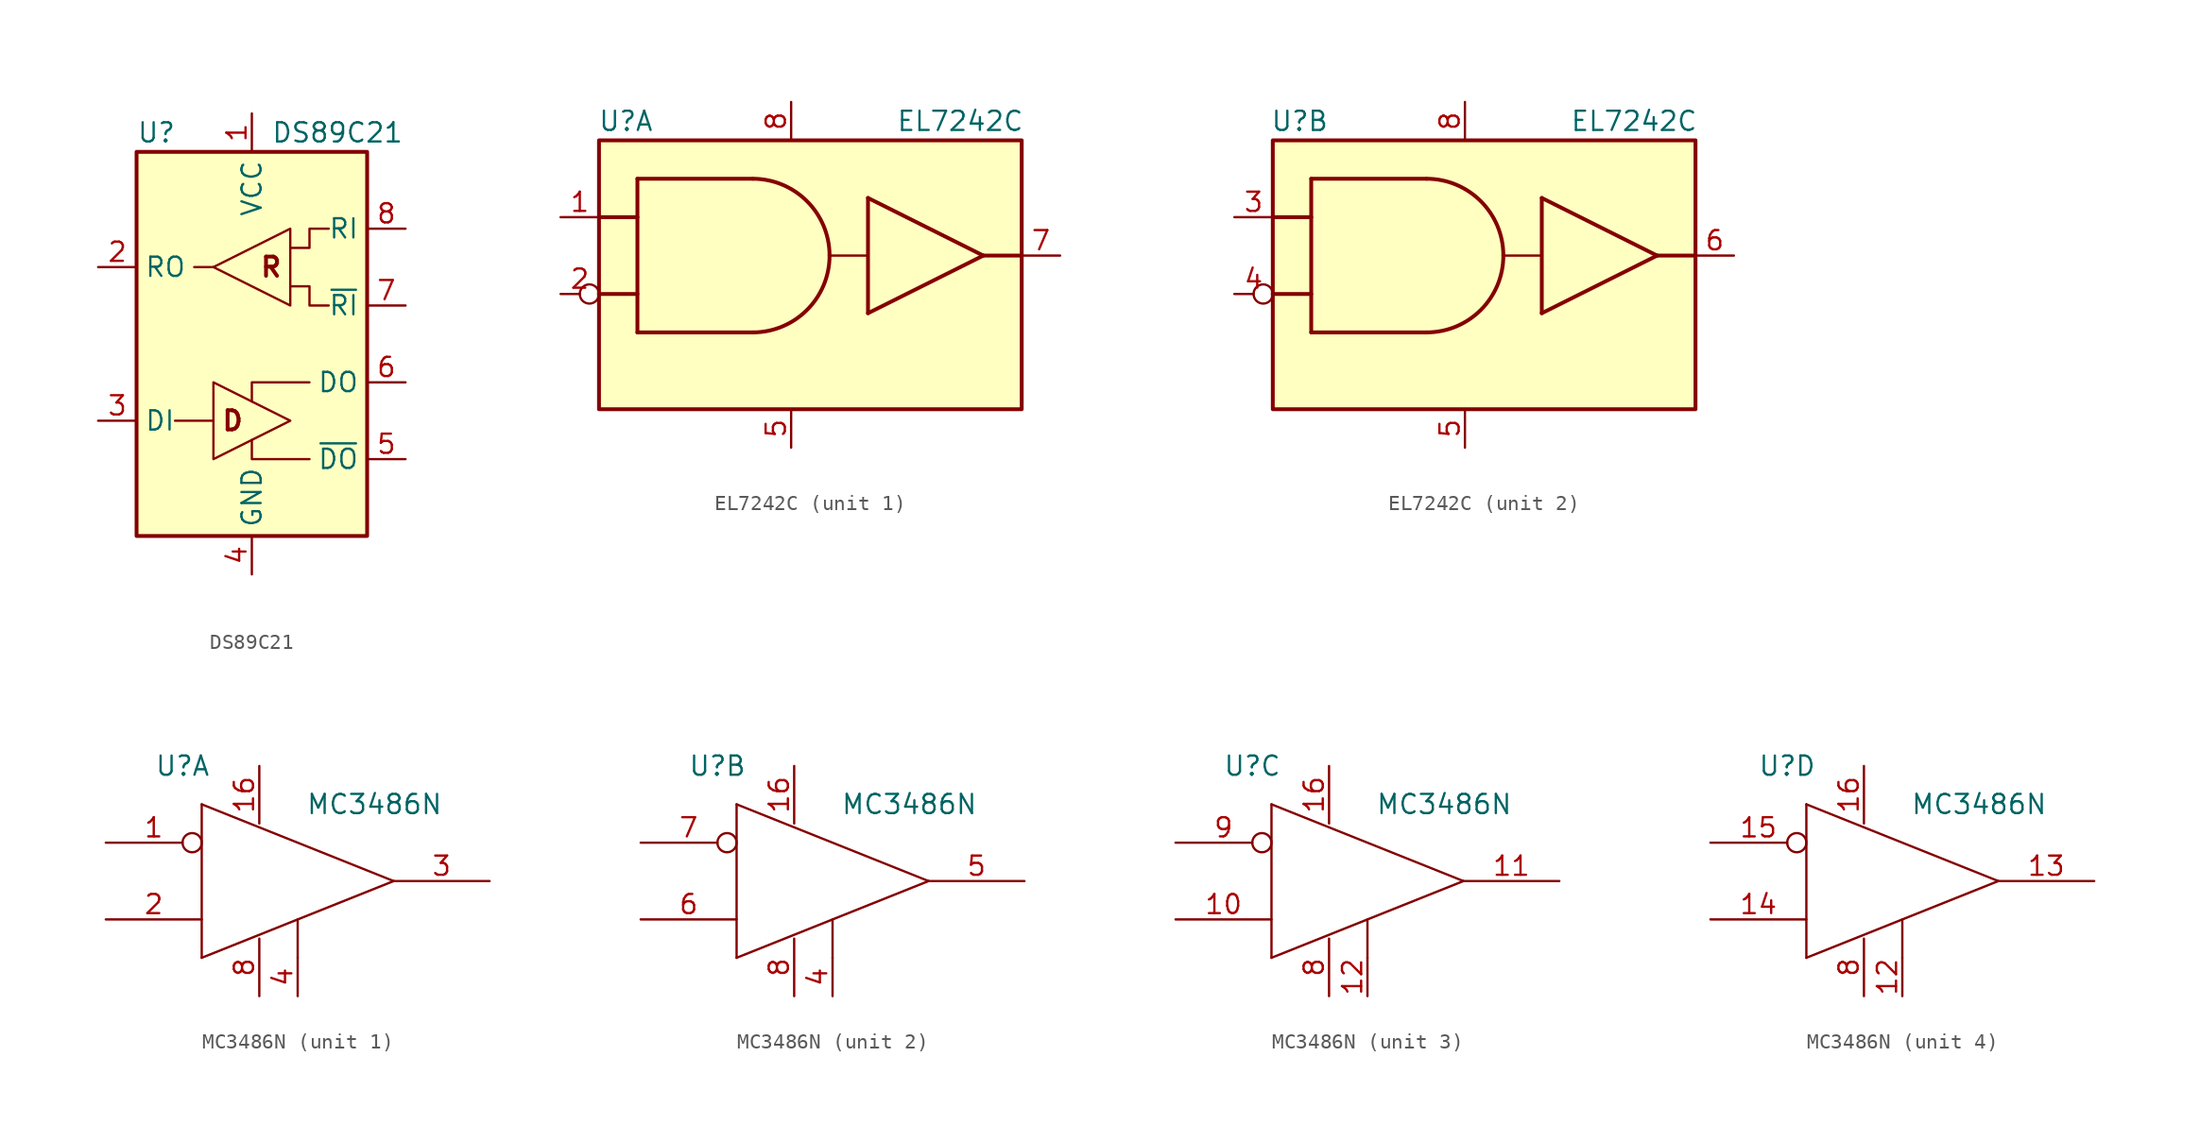
<source format=kicad_sym>
(kicad_symbol_lib
  (version 20211014)
  (generator kicad_symbol_editor)
  (symbol "DS89C21"
    (property "Reference" "U"
      (at -7.62 13.97 0)
      (effects (font (size 1.27 1.27)) (justify left)))
    (property "Value" "DS89C21"
      (at 1.27 13.97 0)
      (effects (font (size 1.27 1.27)) (justify left)))
    (symbol "DS89C21_0_0"
      (text "D" (at -1.27 -5.08 0) (effects (font (size 1.27 1.27) bold)))
      (text "R" (at 1.27 5.08 0) (effects (font (size 1.27 1.27) bold))))
    (symbol "DS89C21_0_1"
      (rectangle (start -7.62 12.7) (end 7.62 -12.7) (stroke (width 0.254) (type default) (color 0 0 0 0)) (fill (type background)))
      (polyline (pts (xy -5.08 -5.08) (xy -2.54 -5.08)) (stroke (width 0) (type default) (color 0 0 0 0)) (fill (type none)))
      (polyline (pts (xy -2.54 5.08) (xy -3.81 5.08)) (stroke (width 0) (type default) (color 0 0 0 0)) (fill (type none)))
      (polyline (pts (xy 3.81 -7.62) (xy 0 -7.62) (xy 0 -6.35)) (stroke (width 0) (type default) (color 0 0 0 0)) (fill (type none)))
      (polyline (pts (xy 3.81 -2.54) (xy 0 -2.54) (xy 0 -3.81)) (stroke (width 0) (type default) (color 0 0 0 0)) (fill (type none)))
      (polyline (pts (xy -2.54 -2.54) (xy -2.54 -7.62) (xy 2.54 -5.08) (xy -2.54 -2.54)) (stroke (width 0) (type default) (color 0 0 0 0)) (fill (type none)))
      (polyline (pts (xy 2.54 3.81) (xy 3.81 3.81) (xy 3.81 2.54) (xy 5.08 2.54)) (stroke (width 0) (type default) (color 0 0 0 0)) (fill (type none)))
      (polyline (pts (xy 2.54 6.35) (xy 3.81 6.35) (xy 3.81 7.62) (xy 5.08 7.62)) (stroke (width 0) (type default) (color 0 0 0 0)) (fill (type none)))
      (polyline (pts (xy 2.54 7.62) (xy 2.54 2.54) (xy -2.54 5.08) (xy 2.54 7.62)) (stroke (width 0) (type default) (color 0 0 0 0)) (fill (type none))))
    (symbol "DS89C21_1_1"
      (pin power_in line (at 0 15.24 270) (length 2.54) (name "VCC" (effects (font (size 1.27 1.27)))) (number "1" (effects (font (size 1.27 1.27)))))
      (pin output line (at -10.16 5.08 0) (length 2.54) (name "RO" (effects (font (size 1.27 1.27)))) (number "2" (effects (font (size 1.27 1.27)))))
      (pin input line (at -10.16 -5.08 0) (length 2.54) (name "DI" (effects (font (size 1.27 1.27)))) (number "3" (effects (font (size 1.27 1.27)))))
      (pin power_in line (at 0 -15.24 90) (length 2.54) (name "GND" (effects (font (size 1.27 1.27)))) (number "4" (effects (font (size 1.27 1.27)))))
      (pin output line (at 10.16 -7.62 180) (length 2.54) (name "~{DO}" (effects (font (size 1.27 1.27)))) (number "5" (effects (font (size 1.27 1.27)))))
      (pin output line (at 10.16 -2.54 180) (length 2.54) (name "DO" (effects (font (size 1.27 1.27)))) (number "6" (effects (font (size 1.27 1.27)))))
      (pin input line (at 10.16 2.54 180) (length 2.54) (name "~{RI}" (effects (font (size 1.27 1.27)))) (number "7" (effects (font (size 1.27 1.27)))))
      (pin input line (at 10.16 7.62 180) (length 2.54) (name "RI" (effects (font (size 1.27 1.27)))) (number "8" (effects (font (size 1.27 1.27)))))))
  (symbol "EL7242C"
    (pin_names
      (offset 0.762) hide)
    (property "Reference" "U"
      (at -10.922 8.89 0)
      (effects (font (size 1.27 1.27))))
    (property "Value" "EL7242C"
      (at 11.176 8.89 0)
      (effects (font (size 1.27 1.27))))
    (symbol "EL7242C_0_0"
      (pin power_in line (at 0 -12.7 90) (length 2.54) (name "GND" (effects (font (size 1.27 1.27)))) (number "5" (effects (font (size 1.27 1.27)))))
      (pin power_in line (at 0 10.16 270) (length 2.54) (name "V+" (effects (font (size 1.27 1.27)))) (number "8" (effects (font (size 1.27 1.27))))))
    (symbol "EL7242C_0_1"
      (rectangle (start -12.7 7.62) (end 15.24 -10.16) (stroke (width 0.254) (type default) (color 0 0 0 0)) (fill (type background)))
      (arc (start -2.54 -5.08) (mid 1.0521 -3.5921) (end 2.54 0) (stroke (width 0.254) (type default) (color 0 0 0 0)) (fill (type none)))
      (polyline (pts (xy -12.7 -2.54) (xy -10.16 -2.54)) (stroke (width 0.254) (type default) (color 0 0 0 0)) (fill (type none)))
      (polyline (pts (xy -12.7 2.54) (xy -10.16 2.54)) (stroke (width 0.254) (type default) (color 0 0 0 0)) (fill (type none)))
      (polyline (pts (xy -10.16 -5.08) (xy -2.54 -5.08)) (stroke (width 0.254) (type default) (color 0 0 0 0)) (fill (type none)))
      (polyline (pts (xy -10.16 5.08) (xy -10.16 -5.08)) (stroke (width 0.254) (type default) (color 0 0 0 0)) (fill (type none)))
      (polyline (pts (xy -2.54 5.08) (xy -10.16 5.08)) (stroke (width 0.254) (type default) (color 0 0 0 0)) (fill (type none)))
      (polyline (pts (xy 5.08 -3.81) (xy 12.7 0)) (stroke (width 0.254) (type default) (color 0 0 0 0)) (fill (type none)))
      (polyline (pts (xy 5.08 0) (xy 2.54 0)) (stroke (width 0) (type default) (color 0 0 0 0)) (fill (type none)))
      (polyline (pts (xy 5.08 3.81) (xy 5.08 -3.81)) (stroke (width 0.254) (type default) (color 0 0 0 0)) (fill (type none)))
      (polyline (pts (xy 12.7 0) (xy 5.08 3.81)) (stroke (width 0.254) (type default) (color 0 0 0 0)) (fill (type none)))
      (polyline (pts (xy 12.7 0) (xy 15.24 0)) (stroke (width 0.254) (type default) (color 0 0 0 0)) (fill (type none)))
      (arc (start 2.54 0) (mid 1.0521 3.5921) (end -2.54 5.08) (stroke (width 0.254) (type default) (color 0 0 0 0)) (fill (type none))))
    (symbol "EL7242C_1_1"
      (pin input line (at -15.24 2.54 0) (length 2.54) (name "IN1" (effects (font (size 1.27 1.27)))) (number "1" (effects (font (size 1.27 1.27)))))
      (pin input inverted (at -15.24 -2.54 0) (length 2.54) (name "IN" (effects (font (size 1.27 1.27)))) (number "2" (effects (font (size 1.27 1.27)))))
      (pin output line (at 17.78 0 180) (length 2.54) (name "OUT" (effects (font (size 1.27 1.27)))) (number "7" (effects (font (size 1.27 1.27))))))
    (symbol "EL7242C_2_1"
      (pin input line (at -15.24 2.54 0) (length 2.54) (name "IN1" (effects (font (size 1.27 1.27)))) (number "3" (effects (font (size 1.27 1.27)))))
      (pin input inverted (at -15.24 -2.54 0) (length 2.54) (name "IN" (effects (font (size 1.27 1.27)))) (number "4" (effects (font (size 1.27 1.27)))))
      (pin output line (at 17.78 0 180) (length 2.54) (name "OUT" (effects (font (size 1.27 1.27)))) (number "6" (effects (font (size 1.27 1.27)))))))
  (symbol "MC3486N"
    (pin_names
      (offset 1.016) hide)
    (property "Reference" "U"
      (at -7.62 7.62 0)
      (effects (font (size 1.27 1.27))))
    (property "Value" "MC3486N"
      (at 5.08 5.08 0)
      (effects (font (size 1.27 1.27))))
    (symbol "MC3486N_0_1"
      (polyline (pts (xy -6.35 -5.08) (xy 6.35 0)) (stroke (width 0) (type default) (color 0 0 0 0)) (fill (type none)))
      (polyline (pts (xy -6.35 5.08) (xy -6.35 -5.08)) (stroke (width 0) (type default) (color 0 0 0 0)) (fill (type none)))
      (polyline (pts (xy 0 -5.08) (xy 0 -2.54)) (stroke (width 0) (type default) (color 0 0 0 0)) (fill (type none)))
      (polyline (pts (xy 6.35 0) (xy -6.35 5.08)) (stroke (width 0) (type default) (color 0 0 0 0)) (fill (type none))))
    (symbol "MC3486N_1_1"
      (pin input inverted (at -12.7 2.54 0) (length 6.35) (name "E-" (effects (font (size 1.27 1.27)))) (number "1" (effects (font (size 1.27 1.27)))))
      (pin power_in line (at -2.54 7.62 270) (length 3.81) (name "VCC" (effects (font (size 1.27 1.27)))) (number "16" (effects (font (size 1.27 1.27)))))
      (pin input line (at -12.7 -2.54 0) (length 6.35) (name "E+" (effects (font (size 1.27 1.27)))) (number "2" (effects (font (size 1.27 1.27)))))
      (pin tri_state line (at 12.7 0 180) (length 6.35) (name "OUT" (effects (font (size 1.27 1.27)))) (number "3" (effects (font (size 1.27 1.27)))))
      (pin input line (at 0 -7.62 90) (length 2.54) (name "ENABLE" (effects (font (size 1.27 1.27)))) (number "4" (effects (font (size 1.27 1.27)))))
      (pin power_in line (at -2.54 -7.62 90) (length 3.81) (name "GND" (effects (font (size 1.27 1.27)))) (number "8" (effects (font (size 1.27 1.27))))))
    (symbol "MC3486N_2_1"
      (pin power_in line (at -2.54 7.62 270) (length 3.81) (name "VCC" (effects (font (size 1.27 1.27)))) (number "16" (effects (font (size 1.27 1.27)))))
      (pin input line (at 0 -7.62 90) (length 2.54) (name "ENABLE" (effects (font (size 1.27 1.27)))) (number "4" (effects (font (size 1.27 1.27)))))
      (pin tri_state line (at 12.7 0 180) (length 6.35) (name "OUT" (effects (font (size 1.27 1.27)))) (number "5" (effects (font (size 1.27 1.27)))))
      (pin input line (at -12.7 -2.54 0) (length 6.35) (name "E+" (effects (font (size 1.27 1.27)))) (number "6" (effects (font (size 1.27 1.27)))))
      (pin input inverted (at -12.7 2.54 0) (length 6.35) (name "E-" (effects (font (size 1.27 1.27)))) (number "7" (effects (font (size 1.27 1.27)))))
      (pin power_in line (at -2.54 -7.62 90) (length 3.81) (name "GND" (effects (font (size 1.27 1.27)))) (number "8" (effects (font (size 1.27 1.27))))))
    (symbol "MC3486N_3_1"
      (pin input line (at -12.7 -2.54 0) (length 6.35) (name "E+" (effects (font (size 1.27 1.27)))) (number "10" (effects (font (size 1.27 1.27)))))
      (pin tri_state line (at 12.7 0 180) (length 6.35) (name "OUT" (effects (font (size 1.27 1.27)))) (number "11" (effects (font (size 1.27 1.27)))))
      (pin input line (at 0 -7.62 90) (length 2.54) (name "ENABLE" (effects (font (size 1.27 1.27)))) (number "12" (effects (font (size 1.27 1.27)))))
      (pin power_in line (at -2.54 7.62 270) (length 3.81) (name "VCC" (effects (font (size 1.27 1.27)))) (number "16" (effects (font (size 1.27 1.27)))))
      (pin power_in line (at -2.54 -7.62 90) (length 3.81) (name "GND" (effects (font (size 1.27 1.27)))) (number "8" (effects (font (size 1.27 1.27)))))
      (pin input inverted (at -12.7 2.54 0) (length 6.35) (name "E-" (effects (font (size 1.27 1.27)))) (number "9" (effects (font (size 1.27 1.27))))))
    (symbol "MC3486N_4_1"
      (pin input line (at 0 -7.62 90) (length 2.54) (name "ENABLE" (effects (font (size 1.27 1.27)))) (number "12" (effects (font (size 1.27 1.27)))))
      (pin tri_state line (at 12.7 0 180) (length 6.35) (name "OUT" (effects (font (size 1.27 1.27)))) (number "13" (effects (font (size 1.27 1.27)))))
      (pin input line (at -12.7 -2.54 0) (length 6.35) (name "E+" (effects (font (size 1.27 1.27)))) (number "14" (effects (font (size 1.27 1.27)))))
      (pin input inverted (at -12.7 2.54 0) (length 6.35) (name "E-" (effects (font (size 1.27 1.27)))) (number "15" (effects (font (size 1.27 1.27)))))
      (pin power_in line (at -2.54 7.62 270) (length 3.81) (name "VCC" (effects (font (size 1.27 1.27)))) (number "16" (effects (font (size 1.27 1.27)))))
      (pin power_in line (at -2.54 -7.62 90) (length 3.81) (name "GND" (effects (font (size 1.27 1.27)))) (number "8" (effects (font (size 1.27 1.27))))))))
</source>
